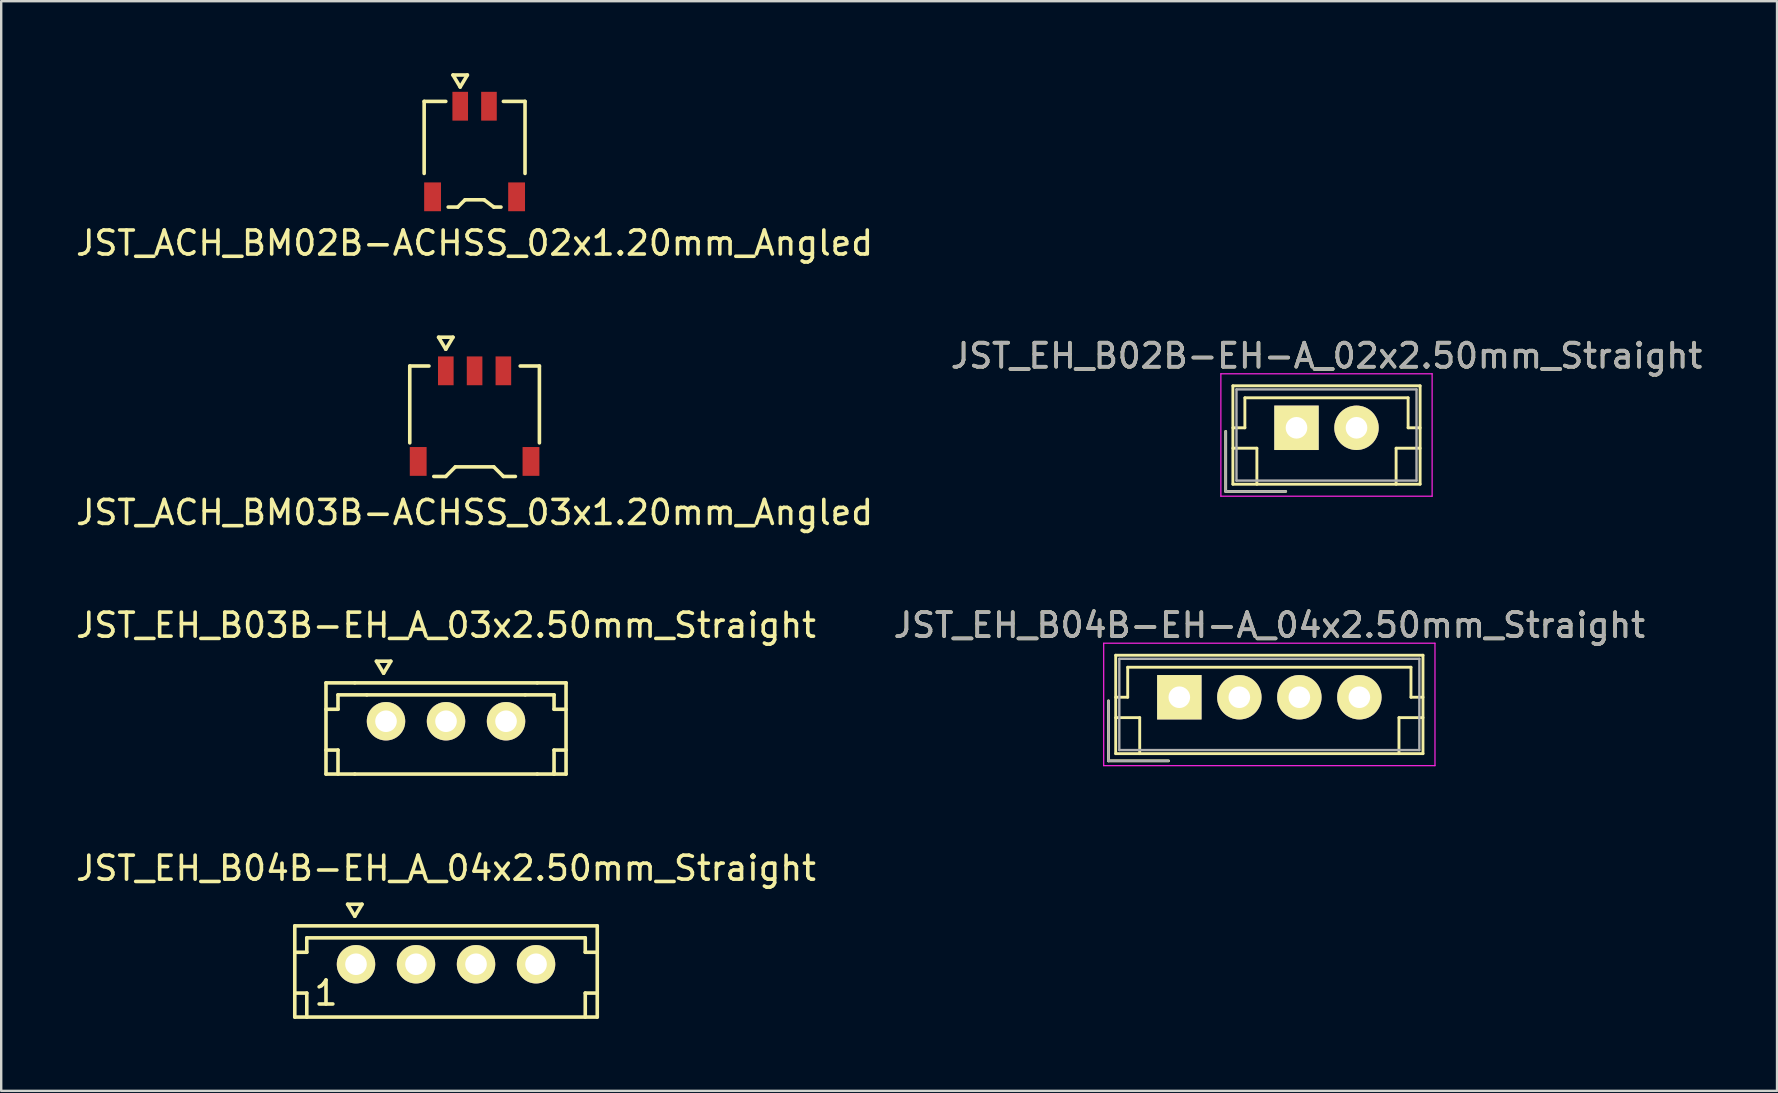
<source format=kicad_pcb>
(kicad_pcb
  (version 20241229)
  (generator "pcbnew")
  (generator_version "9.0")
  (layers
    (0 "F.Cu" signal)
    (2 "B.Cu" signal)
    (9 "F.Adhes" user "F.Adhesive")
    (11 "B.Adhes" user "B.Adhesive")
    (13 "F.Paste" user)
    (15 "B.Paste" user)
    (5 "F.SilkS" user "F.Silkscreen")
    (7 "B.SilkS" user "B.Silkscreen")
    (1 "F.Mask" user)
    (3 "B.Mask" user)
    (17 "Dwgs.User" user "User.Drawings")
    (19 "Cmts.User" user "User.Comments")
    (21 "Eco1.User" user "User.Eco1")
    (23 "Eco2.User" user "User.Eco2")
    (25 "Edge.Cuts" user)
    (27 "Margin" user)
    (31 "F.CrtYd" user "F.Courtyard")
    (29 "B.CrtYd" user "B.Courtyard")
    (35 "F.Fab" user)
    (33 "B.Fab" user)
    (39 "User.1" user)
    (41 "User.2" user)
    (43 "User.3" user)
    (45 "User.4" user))
  (footprint "JST_EH_B03B-EH_A_03x2.50mm_Straight"
    (layer "F.Cu")
    (at 15.53 26.995)
    (property "Reference" "JST_EH_B03B-EH_A_03x2.50mm_Straight" (at 0 -4 0) (layer "F.SilkS") (effects (font (size 1 1) (thickness 0.15))))
    (attr through_hole)
    (fp_line (start -5 -1.6) (end -5 2.2) (stroke (width 0.15) (type solid)) (layer "F.SilkS"))
    (fp_line (start -5 -1.6) (end -3.8 -1.6) (stroke (width 0.15) (type solid)) (layer "F.SilkS"))
    (fp_line (start -5 2.2) (end -3.8 2.2) (stroke (width 0.15) (type solid)) (layer "F.SilkS"))
    (fp_line (start -4.5 -1.1) (end -4.5 -0.5) (stroke (width 0.15) (type solid)) (layer "F.SilkS"))
    (fp_line (start -4.5 -0.5) (end -5 -0.5) (stroke (width 0.15) (type solid)) (layer "F.SilkS"))
    (fp_line (start -4.5 1.2) (end -5 1.2) (stroke (width 0.15) (type solid)) (layer "F.SilkS"))
    (fp_line (start -4.5 1.2) (end -4.5 2.2) (stroke (width 0.15) (type solid)) (layer "F.SilkS"))
    (fp_line (start -3.8 -1.6) (end 3.8 -1.6) (stroke (width 0.15) (type solid)) (layer "F.SilkS"))
    (fp_line (start -3.3 -1.1) (end -4.5 -1.1) (stroke (width 0.15) (type solid)) (layer "F.SilkS"))
    (fp_line (start -2.9 -2.5) (end -2.6 -2) (stroke (width 0.15) (type solid)) (layer "F.SilkS"))
    (fp_line (start -2.6 -2) (end -2.3 -2.5) (stroke (width 0.15) (type solid)) (layer "F.SilkS"))
    (fp_line (start -2.3 -2.5) (end -2.9 -2.5) (stroke (width 0.15) (type solid)) (layer "F.SilkS"))
    (fp_line (start 3.3 -1.1) (end -3.3 -1.1) (stroke (width 0.15) (type solid)) (layer "F.SilkS"))
    (fp_line (start 3.8 -1.6) (end 5 -1.6) (stroke (width 0.15) (type solid)) (layer "F.SilkS"))
    (fp_line (start 3.8 2.2) (end -3.8 2.2) (stroke (width 0.15) (type solid)) (layer "F.SilkS"))
    (fp_line (start 3.8 2.2) (end 5 2.2) (stroke (width 0.15) (type solid)) (layer "F.SilkS"))
    (fp_line (start 4.5 -1.1) (end 3.3 -1.1) (stroke (width 0.15) (type solid)) (layer "F.SilkS"))
    (fp_line (start 4.5 -1.1) (end 4.5 -0.5) (stroke (width 0.15) (type solid)) (layer "F.SilkS"))
    (fp_line (start 4.5 1.2) (end 4.5 2.2) (stroke (width 0.15) (type solid)) (layer "F.SilkS"))
    (fp_line (start 4.5 1.2) (end 5 1.2) (stroke (width 0.15) (type solid)) (layer "F.SilkS"))
    (fp_line (start 4.5 2.2) (end 4.5 2.1) (stroke (width 0.15) (type solid)) (layer "F.SilkS"))
    (fp_line (start 5 -1.6) (end 5 2.2) (stroke (width 0.15) (type solid)) (layer "F.SilkS"))
    (fp_line (start 5 -0.5) (end 4.5 -0.5) (stroke (width 0.15) (type solid)) (layer "F.SilkS"))
    (pad "1" thru_hole circle (at -2.5 0) (size 1.6 1.6) (drill 0.9) (layers "*.Cu" "*.Mask" "F.SilkS"))
    (pad "2" thru_hole circle (at 0 0) (size 1.6 1.6) (drill 0.9) (layers "*.Cu" "*.Mask" "F.SilkS"))
    (pad "3" thru_hole circle (at 2.5 0) (size 1.6 1.6) (drill 0.9) (layers "*.Cu" "*.Mask" "F.SilkS")))
  (footprint "JST_ACH_BM03B-ACHSS_03x1.20mm_Angled"
    (layer "F.Cu")
    (at 16.72 12.398)
    (property "Reference" "JST_ACH_BM03B-ACHSS_03x1.20mm_Angled" (at 0 5.9 180) (layer "F.SilkS") (effects (font (size 1 1) (thickness 0.15))))
    (attr smd)
    (fp_line (start -2.7 -0.201) (end -1.9 -0.201) (stroke (width 0.15) (type solid)) (layer "F.SilkS"))
    (fp_line (start -2.7 3) (end -2.7 -0.201) (stroke (width 0.15) (type solid)) (layer "F.SilkS"))
    (fp_line (start -1.699 4.399) (end -1.199 4.399) (stroke (width 0.15) (type solid)) (layer "F.SilkS"))
    (fp_line (start -1.5 -1.4) (end -1.2 -0.9) (stroke (width 0.15) (type solid)) (layer "F.SilkS"))
    (fp_line (start -1.2 -0.9) (end -0.9 -1.4) (stroke (width 0.15) (type solid)) (layer "F.SilkS"))
    (fp_line (start -1.199 4.399) (end -0.8 4) (stroke (width 0.15) (type solid)) (layer "F.SilkS"))
    (fp_line (start -0.9 -1.4) (end -1.5 -1.4) (stroke (width 0.15) (type solid)) (layer "F.SilkS"))
    (fp_line (start -0.8 4) (end 0.8 4) (stroke (width 0.15) (type solid)) (layer "F.SilkS"))
    (fp_line (start 0.8 4) (end 1.199 4.399) (stroke (width 0.15) (type solid)) (layer "F.SilkS"))
    (fp_line (start 1.699 4.399) (end 1.199 4.399) (stroke (width 0.15) (type solid)) (layer "F.SilkS"))
    (fp_line (start 2.7 -0.201) (end 1.9 -0.201) (stroke (width 0.15) (type solid)) (layer "F.SilkS"))
    (fp_line (start 2.7 3) (end 2.7 -0.201) (stroke (width 0.15) (type solid)) (layer "F.SilkS"))
    (pad "1" smd rect (at -1.199 0) (size 0.65 1.2) (layers "F.Cu" "F.Mask" "F.Paste"))
    (pad "2" smd rect (at 0 0) (size 0.65 1.2) (layers "F.Cu" "F.Mask" "F.Paste"))
    (pad "3" smd rect (at 1.199 0) (size 0.65 1.2) (layers "F.Cu" "F.Mask" "F.Paste"))
    (pad "4" smd rect (at -2.349 3.774) (size 0.701 1.2) (layers "F.Cu" "F.Mask" "F.Paste"))
    (pad "5" smd rect (at 2.349 3.774) (size 0.701 1.2) (layers "F.Cu" "F.Mask" "F.Paste")))
  (footprint "JST_EH_B04B-EH_A_04x2.50mm_Straight"
    (layer "F.Cu")
    (at 15.53 37.118)
    (property "Reference" "JST_EH_B04B-EH_A_04x2.50mm_Straight" (at 0 -4 0) (layer "F.SilkS") (effects (font (size 1 1) (thickness 0.15))))
    (attr through_hole)
    (fp_line (start -6.3 -1.6) (end -6.3 2.2) (stroke (width 0.15) (type solid)) (layer "F.SilkS"))
    (fp_line (start -6.3 2.2) (end 6.3 2.2) (stroke (width 0.15) (type solid)) (layer "F.SilkS"))
    (fp_line (start -5.8 -1.1) (end -5.8 -0.5) (stroke (width 0.15) (type solid)) (layer "F.SilkS"))
    (fp_line (start -5.8 -0.5) (end -6.3 -0.5) (stroke (width 0.15) (type solid)) (layer "F.SilkS"))
    (fp_line (start -5.8 1.2) (end -6.3 1.2) (stroke (width 0.15) (type solid)) (layer "F.SilkS"))
    (fp_line (start -5.8 2.2) (end -5.8 1.2) (stroke (width 0.15) (type solid)) (layer "F.SilkS"))
    (fp_line (start -4.1 -2.5) (end -3.8 -2) (stroke (width 0.15) (type solid)) (layer "F.SilkS"))
    (fp_line (start -3.8 -2) (end -3.5 -2.5) (stroke (width 0.15) (type solid)) (layer "F.SilkS"))
    (fp_line (start -3.5 -2.5) (end -4.1 -2.5) (stroke (width 0.15) (type solid)) (layer "F.SilkS"))
    (fp_line (start 5.8 -1.1) (end -5.8 -1.1) (stroke (width 0.15) (type solid)) (layer "F.SilkS"))
    (fp_line (start 5.8 -0.5) (end 5.8 -1.1) (stroke (width 0.15) (type solid)) (layer "F.SilkS"))
    (fp_line (start 5.8 1.2) (end 6.3 1.2) (stroke (width 0.15) (type solid)) (layer "F.SilkS"))
    (fp_line (start 5.8 2.2) (end 5.8 1.2) (stroke (width 0.15) (type solid)) (layer "F.SilkS"))
    (fp_line (start 6.3 -1.6) (end -6.3 -1.6) (stroke (width 0.15) (type solid)) (layer "F.SilkS"))
    (fp_line (start 6.3 -0.5) (end 5.8 -0.5) (stroke (width 0.15) (type solid)) (layer "F.SilkS"))
    (fp_line (start 6.3 2.2) (end 6.3 -1.6) (stroke (width 0.15) (type solid)) (layer "F.SilkS"))
    (fp_text user "1" (at -5 1.2 0) (layer "F.SilkS") (effects (font (size 1 1) (thickness 0.15))))
    (pad "1" thru_hole circle (at -3.75 0) (size 1.6 1.6) (drill 0.9) (layers "*.Cu" "*.Mask" "F.SilkS"))
    (pad "2" thru_hole circle (at -1.25 0) (size 1.6 1.6) (drill 0.9) (layers "*.Cu" "*.Mask" "F.SilkS"))
    (pad "3" thru_hole circle (at 1.25 0) (size 1.6 1.6) (drill 0.9) (layers "*.Cu" "*.Mask" "F.SilkS"))
    (pad "4" thru_hole circle (at 3.75 0) (size 1.6 1.6) (drill 0.9) (layers "*.Cu" "*.Mask" "F.SilkS")))
  (footprint "JST_EH_B02B-EH-A_02x2.50mm_Straight"
    (layer "F.Cu")
    (at 50.958 14.771)
    (property "Reference" "JST_EH_B02B-EH-A_02x2.50mm_Straight" (at 1.25 -3 0) (layer "F.SilkS") (effects (font (size 1 1) (thickness 0.15))))
    (attr through_hole)
    (fp_line (start -2.95 0.15) (end -2.95 2.65) (stroke (width 0.12) (type solid)) (layer "F.SilkS"))
    (fp_line (start -2.95 2.65) (end -0.45 2.65) (stroke (width 0.12) (type solid)) (layer "F.SilkS"))
    (fp_line (start -2.65 -1.75) (end -2.65 2.35) (stroke (width 0.12) (type solid)) (layer "F.SilkS"))
    (fp_line (start -2.65 0) (end -2.15 0) (stroke (width 0.12) (type solid)) (layer "F.SilkS"))
    (fp_line (start -2.65 0.85) (end -1.65 0.85) (stroke (width 0.12) (type solid)) (layer "F.SilkS"))
    (fp_line (start -2.65 2.35) (end 5.15 2.35) (stroke (width 0.12) (type solid)) (layer "F.SilkS"))
    (fp_line (start -2.15 -1.25) (end 4.65 -1.25) (stroke (width 0.12) (type solid)) (layer "F.SilkS"))
    (fp_line (start -2.15 0) (end -2.15 -1.25) (stroke (width 0.12) (type solid)) (layer "F.SilkS"))
    (fp_line (start -1.65 0.85) (end -1.65 2.35) (stroke (width 0.12) (type solid)) (layer "F.SilkS"))
    (fp_line (start 4.15 0.85) (end 4.15 2.35) (stroke (width 0.12) (type solid)) (layer "F.SilkS"))
    (fp_line (start 4.65 -1.25) (end 4.65 0) (stroke (width 0.12) (type solid)) (layer "F.SilkS"))
    (fp_line (start 4.65 0) (end 5.15 0) (stroke (width 0.12) (type solid)) (layer "F.SilkS"))
    (fp_line (start 5.15 -1.75) (end -2.65 -1.75) (stroke (width 0.12) (type solid)) (layer "F.SilkS"))
    (fp_line (start 5.15 0.85) (end 4.15 0.85) (stroke (width 0.12) (type solid)) (layer "F.SilkS"))
    (fp_line (start 5.15 2.35) (end 5.15 -1.75) (stroke (width 0.12) (type solid)) (layer "F.SilkS"))
    (fp_line (start -3.15 -2.25) (end -3.15 2.85) (stroke (width 0.05) (type solid)) (layer "F.CrtYd"))
    (fp_line (start -3.15 2.85) (end 5.65 2.85) (stroke (width 0.05) (type solid)) (layer "F.CrtYd"))
    (fp_line (start 5.65 -2.25) (end -3.15 -2.25) (stroke (width 0.05) (type solid)) (layer "F.CrtYd"))
    (fp_line (start 5.65 2.85) (end 5.65 -2.25) (stroke (width 0.05) (type solid)) (layer "F.CrtYd"))
    (fp_line (start -2.95 0.15) (end -2.95 2.65) (stroke (width 0.1) (type solid)) (layer "F.Fab"))
    (fp_line (start -2.95 2.65) (end -0.45 2.65) (stroke (width 0.1) (type solid)) (layer "F.Fab"))
    (fp_line (start -2.5 -1.6) (end -2.5 2.2) (stroke (width 0.1) (type solid)) (layer "F.Fab"))
    (fp_line (start -2.5 2.2) (end 5 2.2) (stroke (width 0.1) (type solid)) (layer "F.Fab"))
    (fp_line (start 5 -1.6) (end -2.5 -1.6) (stroke (width 0.1) (type solid)) (layer "F.Fab"))
    (fp_line (start 5 2.2) (end 5 -1.6) (stroke (width 0.1) (type solid)) (layer "F.Fab"))
    (fp_text user "${REFERENCE}" (at 1.25 -3 0) (layer "F.Fab") (effects (font (size 1 1) (thickness 0.15))))
    (pad "1" thru_hole rect (at 0 0) (size 1.85 1.85) (drill 0.9) (layers "*.Cu" "*.Mask" "F.SilkS"))
    (pad "2" thru_hole circle (at 2.5 0) (size 1.85 1.85) (drill 0.9) (layers "*.Cu" "*.Mask" "F.SilkS")))
  (footprint "JST_ACH_BM02B-ACHSS_02x1.20mm_Angled"
    (layer "F.Cu")
    (at 16.72 1.375)
    (property "Reference" "JST_ACH_BM02B-ACHSS_02x1.20mm_Angled" (at 0 5.7 0) (layer "F.SilkS") (effects (font (size 1 1) (thickness 0.15))))
    (attr smd)
    (fp_line (start -2.101 -0.201) (end -1.199 -0.201) (stroke (width 0.15) (type solid)) (layer "F.SilkS"))
    (fp_line (start -2.101 2.8) (end -2.101 -0.201) (stroke (width 0.15) (type solid)) (layer "F.SilkS"))
    (fp_line (start -0.9 -1.3) (end -0.6 -0.8) (stroke (width 0.15) (type solid)) (layer "F.SilkS"))
    (fp_line (start -0.701 4.201) (end -1.1 4.201) (stroke (width 0.15) (type solid)) (layer "F.SilkS"))
    (fp_line (start -0.6 -0.8) (end -0.3 -1.3) (stroke (width 0.15) (type solid)) (layer "F.SilkS"))
    (fp_line (start -0.399 3.899) (end -0.701 4.201) (stroke (width 0.15) (type solid)) (layer "F.SilkS"))
    (fp_line (start -0.3 -1.3) (end -0.9 -1.3) (stroke (width 0.15) (type solid)) (layer "F.SilkS"))
    (fp_line (start 0.399 3.899) (end -0.399 3.899) (stroke (width 0.15) (type solid)) (layer "F.SilkS"))
    (fp_line (start 0.8 4.201) (end 0.399 3.899) (stroke (width 0.15) (type solid)) (layer "F.SilkS"))
    (fp_line (start 1.1 4.201) (end 0.8 4.201) (stroke (width 0.15) (type solid)) (layer "F.SilkS"))
    (fp_line (start 1.199 -0.201) (end 2.101 -0.201) (stroke (width 0.15) (type solid)) (layer "F.SilkS"))
    (fp_line (start 2.101 2.8) (end 2.101 -0.201) (stroke (width 0.15) (type solid)) (layer "F.SilkS"))
    (pad "" smd rect (at -1.75 3.774) (size 0.701 1.2) (layers "F.Cu" "F.Mask" "F.Paste"))
    (pad "" smd rect (at 1.75 3.774) (size 0.701 1.2) (layers "F.Cu" "F.Mask" "F.Paste"))
    (pad "1" smd rect (at -0.599 0) (size 0.65 1.2) (layers "F.Cu" "F.Mask" "F.Paste"))
    (pad "2" smd rect (at 0.599 0) (size 0.65 1.2) (layers "F.Cu" "F.Mask" "F.Paste")))
  (footprint "JST_EH_B04B-EH-A_04x2.50mm_Straight"
    (layer "F.Cu")
    (at 46.077 25.995)
    (property "Reference" "JST_EH_B04B-EH-A_04x2.50mm_Straight" (at 3.75 -3 0) (layer "F.SilkS") (effects (font (size 1 1) (thickness 0.15))))
    (attr through_hole)
    (fp_line (start -2.95 0.15) (end -2.95 2.65) (stroke (width 0.12) (type solid)) (layer "F.SilkS"))
    (fp_line (start -2.95 2.65) (end -0.45 2.65) (stroke (width 0.12) (type solid)) (layer "F.SilkS"))
    (fp_line (start -2.65 -1.75) (end -2.65 2.35) (stroke (width 0.12) (type solid)) (layer "F.SilkS"))
    (fp_line (start -2.65 0) (end -2.15 0) (stroke (width 0.12) (type solid)) (layer "F.SilkS"))
    (fp_line (start -2.65 0.85) (end -1.65 0.85) (stroke (width 0.12) (type solid)) (layer "F.SilkS"))
    (fp_line (start -2.65 2.35) (end 10.15 2.35) (stroke (width 0.12) (type solid)) (layer "F.SilkS"))
    (fp_line (start -2.15 -1.25) (end 9.65 -1.25) (stroke (width 0.12) (type solid)) (layer "F.SilkS"))
    (fp_line (start -2.15 0) (end -2.15 -1.25) (stroke (width 0.12) (type solid)) (layer "F.SilkS"))
    (fp_line (start -1.65 0.85) (end -1.65 2.35) (stroke (width 0.12) (type solid)) (layer "F.SilkS"))
    (fp_line (start 9.15 0.85) (end 9.15 2.35) (stroke (width 0.12) (type solid)) (layer "F.SilkS"))
    (fp_line (start 9.65 -1.25) (end 9.65 0) (stroke (width 0.12) (type solid)) (layer "F.SilkS"))
    (fp_line (start 9.65 0) (end 10.15 0) (stroke (width 0.12) (type solid)) (layer "F.SilkS"))
    (fp_line (start 10.15 -1.75) (end -2.65 -1.75) (stroke (width 0.12) (type solid)) (layer "F.SilkS"))
    (fp_line (start 10.15 0.85) (end 9.15 0.85) (stroke (width 0.12) (type solid)) (layer "F.SilkS"))
    (fp_line (start 10.15 2.35) (end 10.15 -1.75) (stroke (width 0.12) (type solid)) (layer "F.SilkS"))
    (fp_line (start -3.15 -2.25) (end -3.15 2.85) (stroke (width 0.05) (type solid)) (layer "F.CrtYd"))
    (fp_line (start -3.15 2.85) (end 10.65 2.85) (stroke (width 0.05) (type solid)) (layer "F.CrtYd"))
    (fp_line (start 10.65 -2.25) (end -3.15 -2.25) (stroke (width 0.05) (type solid)) (layer "F.CrtYd"))
    (fp_line (start 10.65 2.85) (end 10.65 -2.25) (stroke (width 0.05) (type solid)) (layer "F.CrtYd"))
    (fp_line (start -2.95 0.15) (end -2.95 2.65) (stroke (width 0.1) (type solid)) (layer "F.Fab"))
    (fp_line (start -2.95 2.65) (end -0.45 2.65) (stroke (width 0.1) (type solid)) (layer "F.Fab"))
    (fp_line (start -2.5 -1.6) (end -2.5 2.2) (stroke (width 0.1) (type solid)) (layer "F.Fab"))
    (fp_line (start -2.5 2.2) (end 10 2.2) (stroke (width 0.1) (type solid)) (layer "F.Fab"))
    (fp_line (start 10 -1.6) (end -2.5 -1.6) (stroke (width 0.1) (type solid)) (layer "F.Fab"))
    (fp_line (start 10 2.2) (end 10 -1.6) (stroke (width 0.1) (type solid)) (layer "F.Fab"))
    (fp_text user "${REFERENCE}" (at 3.75 -3 0) (layer "F.Fab") (effects (font (size 1 1) (thickness 0.15))))
    (pad "1" thru_hole rect (at 0 0) (size 1.85 1.85) (drill 0.9) (layers "*.Cu" "*.Mask" "F.SilkS"))
    (pad "2" thru_hole circle (at 2.5 0) (size 1.85 1.85) (drill 0.9) (layers "*.Cu" "*.Mask" "F.SilkS"))
    (pad "3" thru_hole circle (at 5 0) (size 1.85 1.85) (drill 0.9) (layers "*.Cu" "*.Mask" "F.SilkS"))
    (pad "4" thru_hole circle (at 7.5 0) (size 1.85 1.85) (drill 0.9) (layers "*.Cu" "*.Mask" "F.SilkS")))
  (gr_rect
    (start -3 -3)
    (end 70.976 42.393)
    (stroke (width 0.1) (type default))
    (fill no)
    (layer "Edge.Cuts")))
</source>
